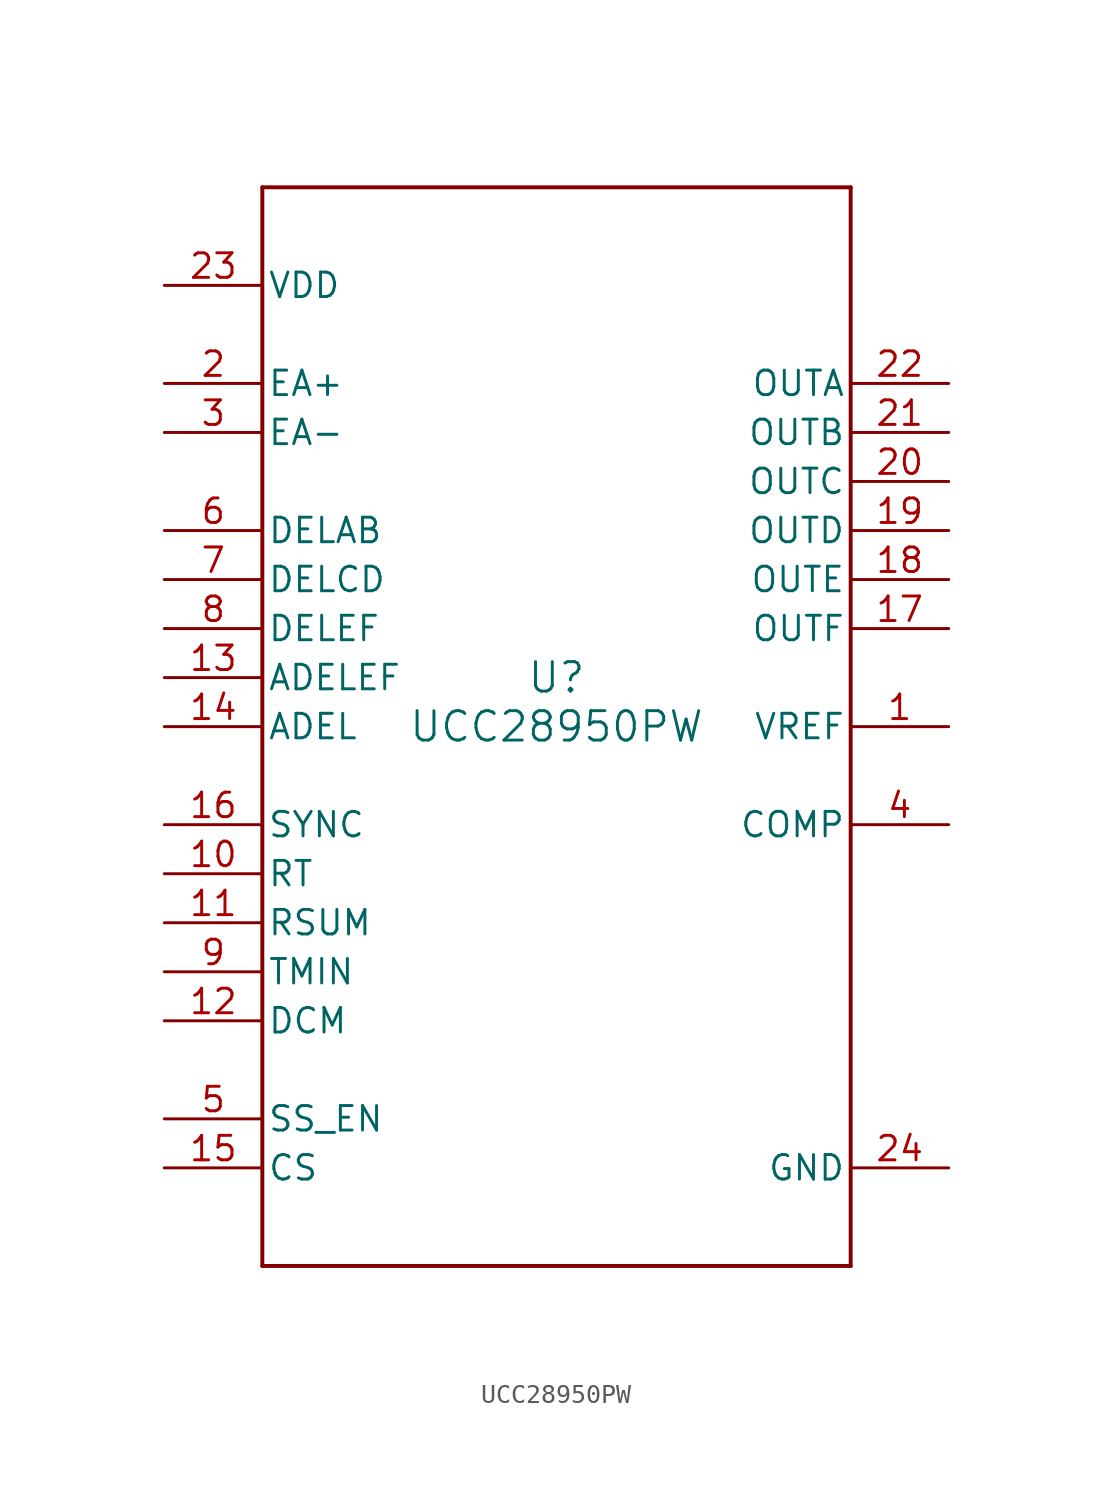
<source format=kicad_sym>
(kicad_symbol_lib
  (version 20220914)
  (generator kicad_symbol_editor)
  (symbol "UCC28950PW"
    (pin_names
      (offset 0.254))
    (property "Reference" "U"
      (at 0 2.54 0)
      (effects (font (size 1.524 1.524))))
    (property "Value" "UCC28950PW"
      (at 0 0 0)
      (effects (font (size 1.524 1.524))))
    (symbol "UCC28950PW_0_1"
      (polyline (pts (xy -15.24 -27.94) (xy 15.24 -27.94)) (stroke (width 0.203) (type default)) (fill (type none)))
      (polyline (pts (xy -15.24 27.94) (xy -15.24 -27.94)) (stroke (width 0.203) (type default)) (fill (type none)))
      (polyline (pts (xy 15.24 -27.94) (xy 15.24 27.94)) (stroke (width 0.203) (type default)) (fill (type none)))
      (polyline (pts (xy 15.24 27.94) (xy -15.24 27.94)) (stroke (width 0.203) (type default)) (fill (type none)))
      (pin output line (at 20.32 0 180) (length 5.08) (name "VREF" (effects (font (size 1.27 1.27)))) (number "1" (effects (font (size 1.27 1.27)))))
      (pin input line (at -20.32 -7.62 0) (length 5.08) (name "RT" (effects (font (size 1.27 1.27)))) (number "10" (effects (font (size 1.27 1.27)))))
      (pin input line (at -20.32 -10.16 0) (length 5.08) (name "RSUM" (effects (font (size 1.27 1.27)))) (number "11" (effects (font (size 1.27 1.27)))))
      (pin input line (at -20.32 -15.24 0) (length 5.08) (name "DCM" (effects (font (size 1.27 1.27)))) (number "12" (effects (font (size 1.27 1.27)))))
      (pin input line (at -20.32 2.54 0) (length 5.08) (name "ADELEF" (effects (font (size 1.27 1.27)))) (number "13" (effects (font (size 1.27 1.27)))))
      (pin input line (at -20.32 0 0) (length 5.08) (name "ADEL" (effects (font (size 1.27 1.27)))) (number "14" (effects (font (size 1.27 1.27)))))
      (pin input line (at -20.32 -22.86 0) (length 5.08) (name "CS" (effects (font (size 1.27 1.27)))) (number "15" (effects (font (size 1.27 1.27)))))
      (pin bidirectional line (at -20.32 -5.08 0) (length 5.08) (name "SYNC" (effects (font (size 1.27 1.27)))) (number "16" (effects (font (size 1.27 1.27)))))
      (pin output line (at 20.32 5.08 180) (length 5.08) (name "OUTF" (effects (font (size 1.27 1.27)))) (number "17" (effects (font (size 1.27 1.27)))))
      (pin output line (at 20.32 7.62 180) (length 5.08) (name "OUTE" (effects (font (size 1.27 1.27)))) (number "18" (effects (font (size 1.27 1.27)))))
      (pin output line (at 20.32 10.16 180) (length 5.08) (name "OUTD" (effects (font (size 1.27 1.27)))) (number "19" (effects (font (size 1.27 1.27)))))
      (pin input line (at -20.32 17.78 0) (length 5.08) (name "EA+" (effects (font (size 1.27 1.27)))) (number "2" (effects (font (size 1.27 1.27)))))
      (pin output line (at 20.32 12.7 180) (length 5.08) (name "OUTC" (effects (font (size 1.27 1.27)))) (number "20" (effects (font (size 1.27 1.27)))))
      (pin output line (at 20.32 15.24 180) (length 5.08) (name "OUTB" (effects (font (size 1.27 1.27)))) (number "21" (effects (font (size 1.27 1.27)))))
      (pin output line (at 20.32 17.78 180) (length 5.08) (name "OUTA" (effects (font (size 1.27 1.27)))) (number "22" (effects (font (size 1.27 1.27)))))
      (pin power_in line (at -20.32 22.86 0) (length 5.08) (name "VDD" (effects (font (size 1.27 1.27)))) (number "23" (effects (font (size 1.27 1.27)))))
      (pin power_in line (at 20.32 -22.86 180) (length 5.08) (name "GND" (effects (font (size 1.27 1.27)))) (number "24" (effects (font (size 1.27 1.27)))))
      (pin input line (at -20.32 15.24 0) (length 5.08) (name "EA-" (effects (font (size 1.27 1.27)))) (number "3" (effects (font (size 1.27 1.27)))))
      (pin bidirectional line (at 20.32 -5.08 180) (length 5.08) (name "COMP" (effects (font (size 1.27 1.27)))) (number "4" (effects (font (size 1.27 1.27)))))
      (pin input line (at -20.32 -20.32 0) (length 5.08) (name "SS_EN" (effects (font (size 1.27 1.27)))) (number "5" (effects (font (size 1.27 1.27)))))
      (pin input line (at -20.32 10.16 0) (length 5.08) (name "DELAB" (effects (font (size 1.27 1.27)))) (number "6" (effects (font (size 1.27 1.27)))))
      (pin input line (at -20.32 7.62 0) (length 5.08) (name "DELCD" (effects (font (size 1.27 1.27)))) (number "7" (effects (font (size 1.27 1.27)))))
      (pin input line (at -20.32 5.08 0) (length 5.08) (name "DELEF" (effects (font (size 1.27 1.27)))) (number "8" (effects (font (size 1.27 1.27)))))
      (pin input line (at -20.32 -12.7 0) (length 5.08) (name "TMIN" (effects (font (size 1.27 1.27)))) (number "9" (effects (font (size 1.27 1.27))))))))
</source>
